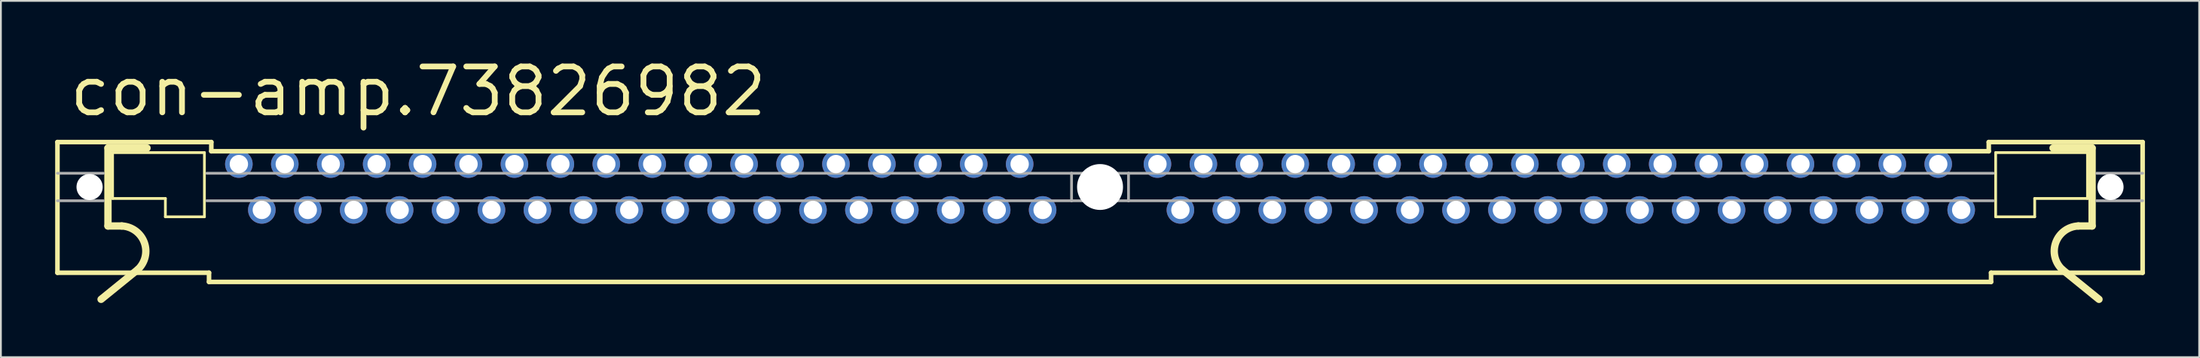
<source format=kicad_pcb>
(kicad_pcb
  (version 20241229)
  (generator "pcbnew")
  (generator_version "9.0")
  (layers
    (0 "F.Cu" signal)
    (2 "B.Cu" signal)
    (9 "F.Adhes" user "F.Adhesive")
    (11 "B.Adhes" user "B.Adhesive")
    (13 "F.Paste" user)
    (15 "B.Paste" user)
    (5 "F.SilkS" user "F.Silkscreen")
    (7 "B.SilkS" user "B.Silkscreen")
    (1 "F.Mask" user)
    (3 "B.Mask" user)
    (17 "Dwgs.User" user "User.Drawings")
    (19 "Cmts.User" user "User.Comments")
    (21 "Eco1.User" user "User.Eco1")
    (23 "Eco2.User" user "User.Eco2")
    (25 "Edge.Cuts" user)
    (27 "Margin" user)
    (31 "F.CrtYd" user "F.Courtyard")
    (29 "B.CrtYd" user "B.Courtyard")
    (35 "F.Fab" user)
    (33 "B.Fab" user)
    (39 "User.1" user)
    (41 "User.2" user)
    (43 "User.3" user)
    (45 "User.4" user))
  (footprint "con-amp.73826982"
    (layer "F.Cu")
    (at 57.785 7.31)
    (property "Reference" "con-amp.73826982" (at -57.15 -3.81 0) (layer "F.SilkS") (effects (font (size 2.54 2.54) (thickness 0.32)) (justify left bottom)))
    (attr through_hole)
    (fp_line (start -57.658 -2.489) (end -49.149 -2.489) (stroke (width 0.254) (type default)) (layer "F.SilkS"))
    (fp_line (start -57.658 4.75) (end -57.658 -2.489) (stroke (width 0.254) (type default)) (layer "F.SilkS"))
    (fp_line (start -54.864 -2.159) (end -54.864 2.159) (stroke (width 0.406) (type default)) (layer "F.SilkS"))
    (fp_line (start -54.864 2.159) (end -54.102 2.159) (stroke (width 0.406) (type default)) (layer "F.SilkS"))
    (fp_line (start -54.61 -1.905) (end -54.61 0.635) (stroke (width 0.152) (type default)) (layer "F.SilkS"))
    (fp_line (start -53.213 4.572) (end -55.245 6.223) (stroke (width 0.406) (type default)) (layer "F.SilkS"))
    (fp_line (start -52.705 -2.159) (end -54.864 -2.159) (stroke (width 0.406) (type default)) (layer "F.SilkS"))
    (fp_line (start -51.689 0.635) (end -54.61 0.635) (stroke (width 0.152) (type default)) (layer "F.SilkS"))
    (fp_line (start -51.689 1.651) (end -51.689 0.635) (stroke (width 0.152) (type default)) (layer "F.SilkS"))
    (fp_line (start -51.689 1.651) (end -49.53 1.651) (stroke (width 0.152) (type default)) (layer "F.SilkS"))
    (fp_line (start -49.53 -1.905) (end -54.61 -1.905) (stroke (width 0.152) (type default)) (layer "F.SilkS"))
    (fp_line (start -49.53 1.651) (end -49.53 -1.905) (stroke (width 0.152) (type default)) (layer "F.SilkS"))
    (fp_line (start -49.276 4.75) (end -57.658 4.75) (stroke (width 0.254) (type default)) (layer "F.SilkS"))
    (fp_line (start -49.276 5.258) (end -49.276 4.75) (stroke (width 0.254) (type default)) (layer "F.SilkS"))
    (fp_line (start -49.149 -1.981) (end -49.149 -2.489) (stroke (width 0.254) (type default)) (layer "F.SilkS"))
    (fp_line (start -49.149 -1.981) (end 49.149 -1.981) (stroke (width 0.254) (type default)) (layer "F.SilkS"))
    (fp_line (start 49.149 -2.489) (end 57.658 -2.489) (stroke (width 0.254) (type default)) (layer "F.SilkS"))
    (fp_line (start 49.149 -1.981) (end 49.149 -2.489) (stroke (width 0.254) (type default)) (layer "F.SilkS"))
    (fp_line (start 49.276 4.75) (end 49.276 5.258) (stroke (width 0.254) (type default)) (layer "F.SilkS"))
    (fp_line (start 49.276 5.258) (end -49.276 5.258) (stroke (width 0.254) (type default)) (layer "F.SilkS"))
    (fp_line (start 49.53 -1.905) (end 54.61 -1.905) (stroke (width 0.152) (type default)) (layer "F.SilkS"))
    (fp_line (start 49.53 1.651) (end 49.53 -1.905) (stroke (width 0.152) (type default)) (layer "F.SilkS"))
    (fp_line (start 51.689 0.635) (end 54.61 0.635) (stroke (width 0.152) (type default)) (layer "F.SilkS"))
    (fp_line (start 51.689 1.651) (end 49.53 1.651) (stroke (width 0.152) (type default)) (layer "F.SilkS"))
    (fp_line (start 51.689 1.651) (end 51.689 0.635) (stroke (width 0.152) (type default)) (layer "F.SilkS"))
    (fp_line (start 52.705 -2.159) (end 54.864 -2.159) (stroke (width 0.406) (type default)) (layer "F.SilkS"))
    (fp_line (start 53.213 4.572) (end 55.245 6.223) (stroke (width 0.406) (type default)) (layer "F.SilkS"))
    (fp_line (start 54.61 -1.905) (end 54.61 0.635) (stroke (width 0.152) (type default)) (layer "F.SilkS"))
    (fp_line (start 54.864 -2.159) (end 54.864 2.159) (stroke (width 0.406) (type default)) (layer "F.SilkS"))
    (fp_line (start 54.864 2.159) (end 54.102 2.159) (stroke (width 0.406) (type default)) (layer "F.SilkS"))
    (fp_line (start 57.658 -2.489) (end 57.658 4.75) (stroke (width 0.254) (type default)) (layer "F.SilkS"))
    (fp_line (start 57.658 4.75) (end 49.276 4.75) (stroke (width 0.254) (type default)) (layer "F.SilkS"))
    (fp_arc (start -54.102 2.159) (mid -52.856479 3.07034) (end -53.2131 4.5719) (stroke (width 0.4064) (type default)) (layer "F.SilkS"))
    (fp_arc (start 53.213 4.572) (mid 52.856368 3.070308) (end 54.102 2.1589) (stroke (width 0.4064) (type default)) (layer "F.SilkS"))
    (fp_line (start -57.658 -0.762) (end -55.118 -0.762) (stroke (width 0.152) (type default)) (layer "F.Fab"))
    (fp_line (start -57.658 0.762) (end -55.118 0.762) (stroke (width 0.152) (type default)) (layer "F.Fab"))
    (fp_line (start -49.403 -0.762) (end -1.575 -0.762) (stroke (width 0.152) (type default)) (layer "F.Fab"))
    (fp_line (start -49.403 0.762) (end -1.575 0.762) (stroke (width 0.152) (type default)) (layer "F.Fab"))
    (fp_line (start -1.575 -0.762) (end 1.575 -0.762) (stroke (width 0.152) (type default)) (layer "F.Fab"))
    (fp_line (start -1.575 0.762) (end -1.575 -0.762) (stroke (width 0.152) (type default)) (layer "F.Fab"))
    (fp_line (start -1.575 0.762) (end 1.575 0.762) (stroke (width 0.152) (type default)) (layer "F.Fab"))
    (fp_line (start 1.575 0.762) (end 1.575 -0.762) (stroke (width 0.152) (type default)) (layer "F.Fab"))
    (fp_line (start 49.403 -0.762) (end 1.575 -0.762) (stroke (width 0.152) (type default)) (layer "F.Fab"))
    (fp_line (start 49.403 0.762) (end 1.575 0.762) (stroke (width 0.152) (type default)) (layer "F.Fab"))
    (fp_line (start 57.658 -0.762) (end 55.118 -0.762) (stroke (width 0.152) (type default)) (layer "F.Fab"))
    (fp_line (start 57.658 0.762) (end 55.118 0.762) (stroke (width 0.152) (type default)) (layer "F.Fab"))
    (pad "" np_thru_hole circle (at -55.88 0) (size 1.448 1.448) (drill 1.448) (layers "*.Cu" "*.Mask"))
    (pad "" np_thru_hole circle (at 0 0) (size 2.54 2.54) (drill 2.54) (layers "*.Cu" "*.Mask"))
    (pad "" np_thru_hole circle (at 55.88 0) (size 1.448 1.448) (drill 1.448) (layers "*.Cu" "*.Mask"))
    (pad "1" thru_hole circle (at -47.625 -1.27) (size 1.524 1.524) (drill 1.016) (layers "*.Cu" "*.Mask"))
    (pad "2" thru_hole circle (at -46.355 1.27) (size 1.524 1.524) (drill 1.016) (layers "*.Cu" "*.Mask"))
    (pad "3" thru_hole circle (at -45.085 -1.27) (size 1.524 1.524) (drill 1.016) (layers "*.Cu" "*.Mask"))
    (pad "4" thru_hole circle (at -43.815 1.27) (size 1.524 1.524) (drill 1.016) (layers "*.Cu" "*.Mask"))
    (pad "5" thru_hole circle (at -42.545 -1.27) (size 1.524 1.524) (drill 1.016) (layers "*.Cu" "*.Mask"))
    (pad "6" thru_hole circle (at -41.275 1.27) (size 1.524 1.524) (drill 1.016) (layers "*.Cu" "*.Mask"))
    (pad "7" thru_hole circle (at -40.005 -1.27) (size 1.524 1.524) (drill 1.016) (layers "*.Cu" "*.Mask"))
    (pad "8" thru_hole circle (at -38.735 1.27) (size 1.524 1.524) (drill 1.016) (layers "*.Cu" "*.Mask"))
    (pad "9" thru_hole circle (at -37.465 -1.27) (size 1.524 1.524) (drill 1.016) (layers "*.Cu" "*.Mask"))
    (pad "10" thru_hole circle (at -36.195 1.27) (size 1.524 1.524) (drill 1.016) (layers "*.Cu" "*.Mask"))
    (pad "11" thru_hole circle (at -34.925 -1.27) (size 1.524 1.524) (drill 1.016) (layers "*.Cu" "*.Mask"))
    (pad "12" thru_hole circle (at -33.655 1.27) (size 1.524 1.524) (drill 1.016) (layers "*.Cu" "*.Mask"))
    (pad "13" thru_hole circle (at -32.385 -1.27) (size 1.524 1.524) (drill 1.016) (layers "*.Cu" "*.Mask"))
    (pad "14" thru_hole circle (at -31.115 1.27) (size 1.524 1.524) (drill 1.016) (layers "*.Cu" "*.Mask"))
    (pad "15" thru_hole circle (at -29.845 -1.27) (size 1.524 1.524) (drill 1.016) (layers "*.Cu" "*.Mask"))
    (pad "16" thru_hole circle (at -28.575 1.27) (size 1.524 1.524) (drill 1.016) (layers "*.Cu" "*.Mask"))
    (pad "17" thru_hole circle (at -27.305 -1.27) (size 1.524 1.524) (drill 1.016) (layers "*.Cu" "*.Mask"))
    (pad "18" thru_hole circle (at -26.035 1.27) (size 1.524 1.524) (drill 1.016) (layers "*.Cu" "*.Mask"))
    (pad "19" thru_hole circle (at -24.765 -1.27) (size 1.524 1.524) (drill 1.016) (layers "*.Cu" "*.Mask"))
    (pad "20" thru_hole circle (at -23.495 1.27) (size 1.524 1.524) (drill 1.016) (layers "*.Cu" "*.Mask"))
    (pad "21" thru_hole circle (at -22.225 -1.27) (size 1.524 1.524) (drill 1.016) (layers "*.Cu" "*.Mask"))
    (pad "22" thru_hole circle (at -20.955 1.27) (size 1.524 1.524) (drill 1.016) (layers "*.Cu" "*.Mask"))
    (pad "23" thru_hole circle (at -19.685 -1.27) (size 1.524 1.524) (drill 1.016) (layers "*.Cu" "*.Mask"))
    (pad "24" thru_hole circle (at -18.415 1.27) (size 1.524 1.524) (drill 1.016) (layers "*.Cu" "*.Mask"))
    (pad "25" thru_hole circle (at -17.145 -1.27) (size 1.524 1.524) (drill 1.016) (layers "*.Cu" "*.Mask"))
    (pad "26" thru_hole circle (at -15.875 1.27) (size 1.524 1.524) (drill 1.016) (layers "*.Cu" "*.Mask"))
    (pad "27" thru_hole circle (at -14.605 -1.27) (size 1.524 1.524) (drill 1.016) (layers "*.Cu" "*.Mask"))
    (pad "28" thru_hole circle (at -13.335 1.27) (size 1.524 1.524) (drill 1.016) (layers "*.Cu" "*.Mask"))
    (pad "29" thru_hole circle (at -12.065 -1.27) (size 1.524 1.524) (drill 1.016) (layers "*.Cu" "*.Mask"))
    (pad "30" thru_hole circle (at -10.795 1.27) (size 1.524 1.524) (drill 1.016) (layers "*.Cu" "*.Mask"))
    (pad "31" thru_hole circle (at -9.525 -1.27) (size 1.524 1.524) (drill 1.016) (layers "*.Cu" "*.Mask"))
    (pad "32" thru_hole circle (at -8.255 1.27) (size 1.524 1.524) (drill 1.016) (layers "*.Cu" "*.Mask"))
    (pad "33" thru_hole circle (at -6.985 -1.27) (size 1.524 1.524) (drill 1.016) (layers "*.Cu" "*.Mask"))
    (pad "34" thru_hole circle (at -5.715 1.27) (size 1.524 1.524) (drill 1.016) (layers "*.Cu" "*.Mask"))
    (pad "35" thru_hole circle (at -4.445 -1.27) (size 1.524 1.524) (drill 1.016) (layers "*.Cu" "*.Mask"))
    (pad "36" thru_hole circle (at -3.175 1.27) (size 1.524 1.524) (drill 1.016) (layers "*.Cu" "*.Mask"))
    (pad "37" thru_hole circle (at 3.175 -1.27) (size 1.524 1.524) (drill 1.016) (layers "*.Cu" "*.Mask"))
    (pad "38" thru_hole circle (at 4.445 1.27) (size 1.524 1.524) (drill 1.016) (layers "*.Cu" "*.Mask"))
    (pad "39" thru_hole circle (at 5.715 -1.27) (size 1.524 1.524) (drill 1.016) (layers "*.Cu" "*.Mask"))
    (pad "40" thru_hole circle (at 6.985 1.27) (size 1.524 1.524) (drill 1.016) (layers "*.Cu" "*.Mask"))
    (pad "41" thru_hole circle (at 8.255 -1.27) (size 1.524 1.524) (drill 1.016) (layers "*.Cu" "*.Mask"))
    (pad "42" thru_hole circle (at 9.525 1.27) (size 1.524 1.524) (drill 1.016) (layers "*.Cu" "*.Mask"))
    (pad "43" thru_hole circle (at 10.795 -1.27) (size 1.524 1.524) (drill 1.016) (layers "*.Cu" "*.Mask"))
    (pad "44" thru_hole circle (at 12.065 1.27) (size 1.524 1.524) (drill 1.016) (layers "*.Cu" "*.Mask"))
    (pad "45" thru_hole circle (at 13.335 -1.27) (size 1.524 1.524) (drill 1.016) (layers "*.Cu" "*.Mask"))
    (pad "46" thru_hole circle (at 14.605 1.27) (size 1.524 1.524) (drill 1.016) (layers "*.Cu" "*.Mask"))
    (pad "47" thru_hole circle (at 15.875 -1.27) (size 1.524 1.524) (drill 1.016) (layers "*.Cu" "*.Mask"))
    (pad "48" thru_hole circle (at 17.145 1.27) (size 1.524 1.524) (drill 1.016) (layers "*.Cu" "*.Mask"))
    (pad "49" thru_hole circle (at 18.415 -1.27) (size 1.524 1.524) (drill 1.016) (layers "*.Cu" "*.Mask"))
    (pad "50" thru_hole circle (at 19.685 1.27) (size 1.524 1.524) (drill 1.016) (layers "*.Cu" "*.Mask"))
    (pad "51" thru_hole circle (at 20.955 -1.27) (size 1.524 1.524) (drill 1.016) (layers "*.Cu" "*.Mask"))
    (pad "52" thru_hole circle (at 22.225 1.27) (size 1.524 1.524) (drill 1.016) (layers "*.Cu" "*.Mask"))
    (pad "53" thru_hole circle (at 23.495 -1.27) (size 1.524 1.524) (drill 1.016) (layers "*.Cu" "*.Mask"))
    (pad "54" thru_hole circle (at 24.765 1.27) (size 1.524 1.524) (drill 1.016) (layers "*.Cu" "*.Mask"))
    (pad "55" thru_hole circle (at 26.035 -1.27) (size 1.524 1.524) (drill 1.016) (layers "*.Cu" "*.Mask"))
    (pad "56" thru_hole circle (at 27.305 1.27) (size 1.524 1.524) (drill 1.016) (layers "*.Cu" "*.Mask"))
    (pad "57" thru_hole circle (at 28.575 -1.27) (size 1.524 1.524) (drill 1.016) (layers "*.Cu" "*.Mask"))
    (pad "58" thru_hole circle (at 29.845 1.27) (size 1.524 1.524) (drill 1.016) (layers "*.Cu" "*.Mask"))
    (pad "59" thru_hole circle (at 31.115 -1.27) (size 1.524 1.524) (drill 1.016) (layers "*.Cu" "*.Mask"))
    (pad "60" thru_hole circle (at 32.385 1.27) (size 1.524 1.524) (drill 1.016) (layers "*.Cu" "*.Mask"))
    (pad "61" thru_hole circle (at 33.655 -1.27) (size 1.524 1.524) (drill 1.016) (layers "*.Cu" "*.Mask"))
    (pad "62" thru_hole circle (at 34.925 1.27) (size 1.524 1.524) (drill 1.016) (layers "*.Cu" "*.Mask"))
    (pad "63" thru_hole circle (at 36.195 -1.27) (size 1.524 1.524) (drill 1.016) (layers "*.Cu" "*.Mask"))
    (pad "64" thru_hole circle (at 37.465 1.27) (size 1.524 1.524) (drill 1.016) (layers "*.Cu" "*.Mask"))
    (pad "65" thru_hole circle (at 38.735 -1.27) (size 1.524 1.524) (drill 1.016) (layers "*.Cu" "*.Mask"))
    (pad "66" thru_hole circle (at 40.005 1.27) (size 1.524 1.524) (drill 1.016) (layers "*.Cu" "*.Mask"))
    (pad "67" thru_hole circle (at 41.275 -1.27) (size 1.524 1.524) (drill 1.016) (layers "*.Cu" "*.Mask"))
    (pad "68" thru_hole circle (at 42.545 1.27) (size 1.524 1.524) (drill 1.016) (layers "*.Cu" "*.Mask"))
    (pad "69" thru_hole circle (at 43.815 -1.27) (size 1.524 1.524) (drill 1.016) (layers "*.Cu" "*.Mask"))
    (pad "70" thru_hole circle (at 45.085 1.27) (size 1.524 1.524) (drill 1.016) (layers "*.Cu" "*.Mask"))
    (pad "71" thru_hole circle (at 46.355 -1.27) (size 1.524 1.524) (drill 1.016) (layers "*.Cu" "*.Mask"))
    (pad "72" thru_hole circle (at 47.625 1.27) (size 1.524 1.524) (drill 1.016) (layers "*.Cu" "*.Mask")))
  (gr_rect
    (start -3 -3)
    (end 118.57 16.736)
    (stroke (width 0.1) (type default))
    (fill no)
    (layer "Edge.Cuts")))
</source>
